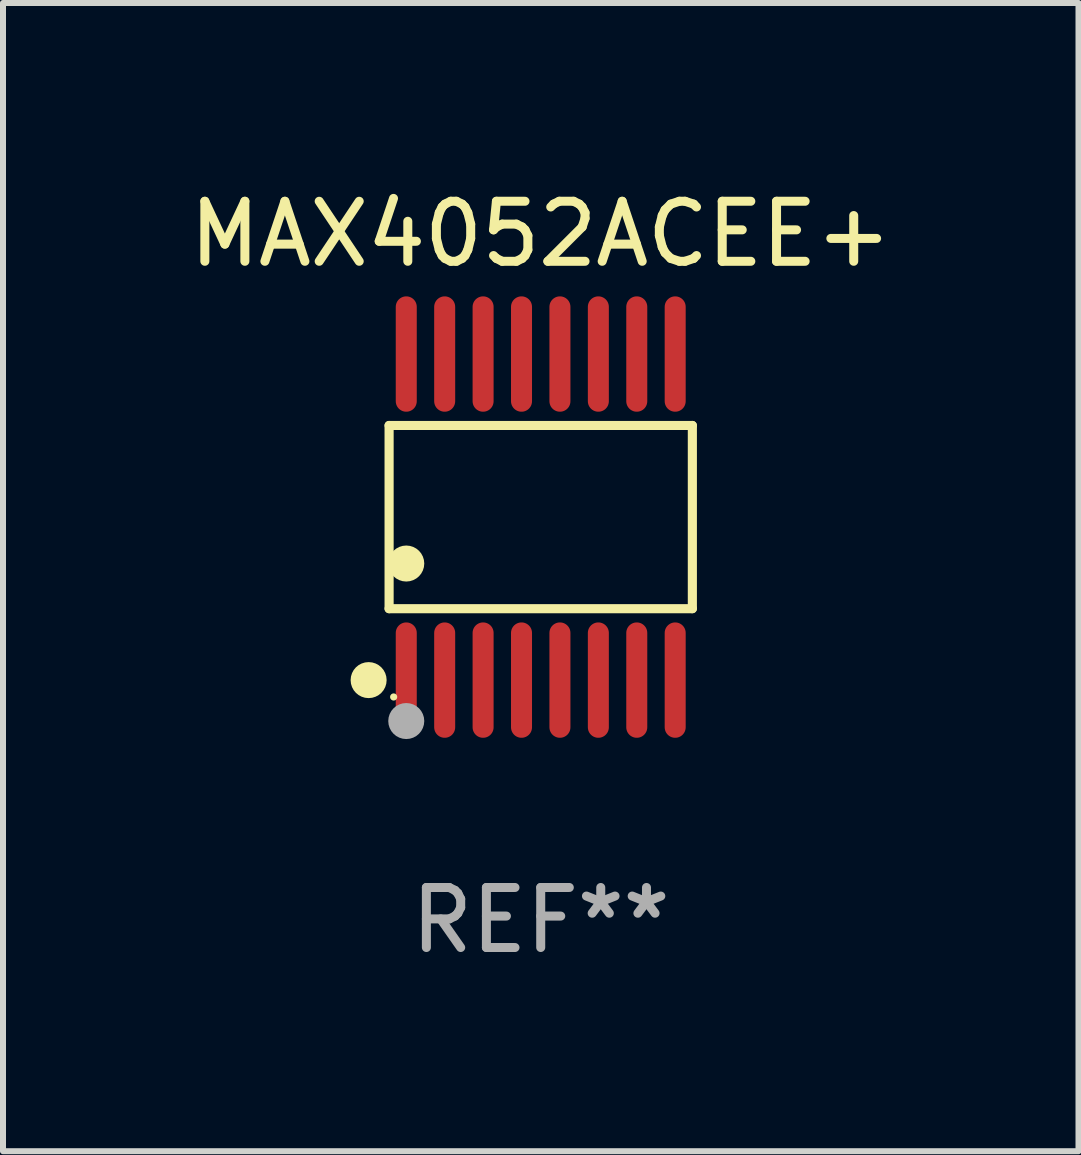
<source format=kicad_pcb>
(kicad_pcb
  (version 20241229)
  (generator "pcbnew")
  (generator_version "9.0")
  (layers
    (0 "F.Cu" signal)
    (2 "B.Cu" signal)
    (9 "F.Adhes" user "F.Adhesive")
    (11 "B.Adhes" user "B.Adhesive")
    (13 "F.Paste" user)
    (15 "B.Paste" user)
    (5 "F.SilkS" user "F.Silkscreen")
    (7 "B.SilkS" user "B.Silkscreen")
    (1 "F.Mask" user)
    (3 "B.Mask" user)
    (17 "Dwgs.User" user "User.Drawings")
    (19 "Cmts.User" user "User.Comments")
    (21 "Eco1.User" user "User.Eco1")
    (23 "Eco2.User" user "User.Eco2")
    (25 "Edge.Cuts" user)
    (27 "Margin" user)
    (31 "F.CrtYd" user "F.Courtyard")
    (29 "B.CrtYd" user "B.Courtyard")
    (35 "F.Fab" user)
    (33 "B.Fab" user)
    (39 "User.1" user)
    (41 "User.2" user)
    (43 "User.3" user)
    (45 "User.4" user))
  (footprint "MAX4052ACEE+"
    (layer "F.Cu")
    (at 5.958 5.564)
    (property "Reference" "MAX4052ACEE+" (at 0 -4.716 0) (layer "F.SilkS") (effects (font (size 1 1) (thickness 0.15))))
    (attr through_hole)
    (fp_line (start -2.526 -1.526) (end 2.526 -1.526) (stroke (width 0.152) (type solid)) (layer "F.SilkS"))
    (fp_line (start -2.526 1.526) (end -2.526 -1.526) (stroke (width 0.152) (type solid)) (layer "F.SilkS"))
    (fp_line (start 2.526 -1.526) (end 2.526 1.526) (stroke (width 0.152) (type solid)) (layer "F.SilkS"))
    (fp_line (start 2.526 1.526) (end -2.526 1.526) (stroke (width 0.152) (type solid)) (layer "F.SilkS"))
    (fp_circle (center -2.867 2.716) (end -2.717 2.716) (stroke (width 0.3) (type solid)) (fill no) (layer "F.SilkS"))
    (fp_circle (center -2.45 2.997) (end -2.42 2.997) (stroke (width 0.06) (type solid)) (fill no) (layer "F.SilkS"))
    (fp_circle (center -2.24 0.774) (end -2.09 0.774) (stroke (width 0.3) (type solid)) (fill no) (layer "F.SilkS"))
    (fp_circle (center -2.24 3.398) (end -2.09 3.398) (stroke (width 0.3) (type solid)) (fill no) (layer "F.Fab"))
    (fp_text user "REF**" (at 0 6.716 0) (layer "F.Fab") (effects (font (size 1 1) (thickness 0.15))))
    (pad "1" smd oval (at -2.24 2.716) (size 0.35 1.922) (layers "F.Cu" "F.Mask" "F.Paste"))
    (pad "2" smd oval (at -1.6 2.716) (size 0.35 1.922) (layers "F.Cu" "F.Mask" "F.Paste"))
    (pad "3" smd oval (at -0.96 2.716) (size 0.35 1.922) (layers "F.Cu" "F.Mask" "F.Paste"))
    (pad "4" smd oval (at -0.32 2.716) (size 0.35 1.922) (layers "F.Cu" "F.Mask" "F.Paste"))
    (pad "5" smd oval (at 0.32 2.716) (size 0.35 1.922) (layers "F.Cu" "F.Mask" "F.Paste"))
    (pad "6" smd oval (at 0.96 2.716) (size 0.35 1.922) (layers "F.Cu" "F.Mask" "F.Paste"))
    (pad "7" smd oval (at 1.6 2.716) (size 0.35 1.922) (layers "F.Cu" "F.Mask" "F.Paste"))
    (pad "8" smd oval (at 2.24 2.716) (size 0.35 1.922) (layers "F.Cu" "F.Mask" "F.Paste"))
    (pad "9" smd oval (at 2.24 -2.716) (size 0.35 1.922) (layers "F.Cu" "F.Mask" "F.Paste"))
    (pad "10" smd oval (at 1.6 -2.716) (size 0.35 1.922) (layers "F.Cu" "F.Mask" "F.Paste"))
    (pad "11" smd oval (at 0.96 -2.716) (size 0.35 1.922) (layers "F.Cu" "F.Mask" "F.Paste"))
    (pad "12" smd oval (at 0.32 -2.716) (size 0.35 1.922) (layers "F.Cu" "F.Mask" "F.Paste"))
    (pad "13" smd oval (at -0.32 -2.716) (size 0.35 1.922) (layers "F.Cu" "F.Mask" "F.Paste"))
    (pad "14" smd oval (at -0.96 -2.716) (size 0.35 1.922) (layers "F.Cu" "F.Mask" "F.Paste"))
    (pad "15" smd oval (at -1.6 -2.716) (size 0.35 1.922) (layers "F.Cu" "F.Mask" "F.Paste"))
    (pad "16" smd oval (at -2.24 -2.716) (size 0.35 1.922) (layers "F.Cu" "F.Mask" "F.Paste")))
  (gr_rect
    (start -3 -3)
    (end 14.917 16.128)
    (stroke (width 0.1) (type default))
    (fill no)
    (layer "Edge.Cuts")))
</source>
